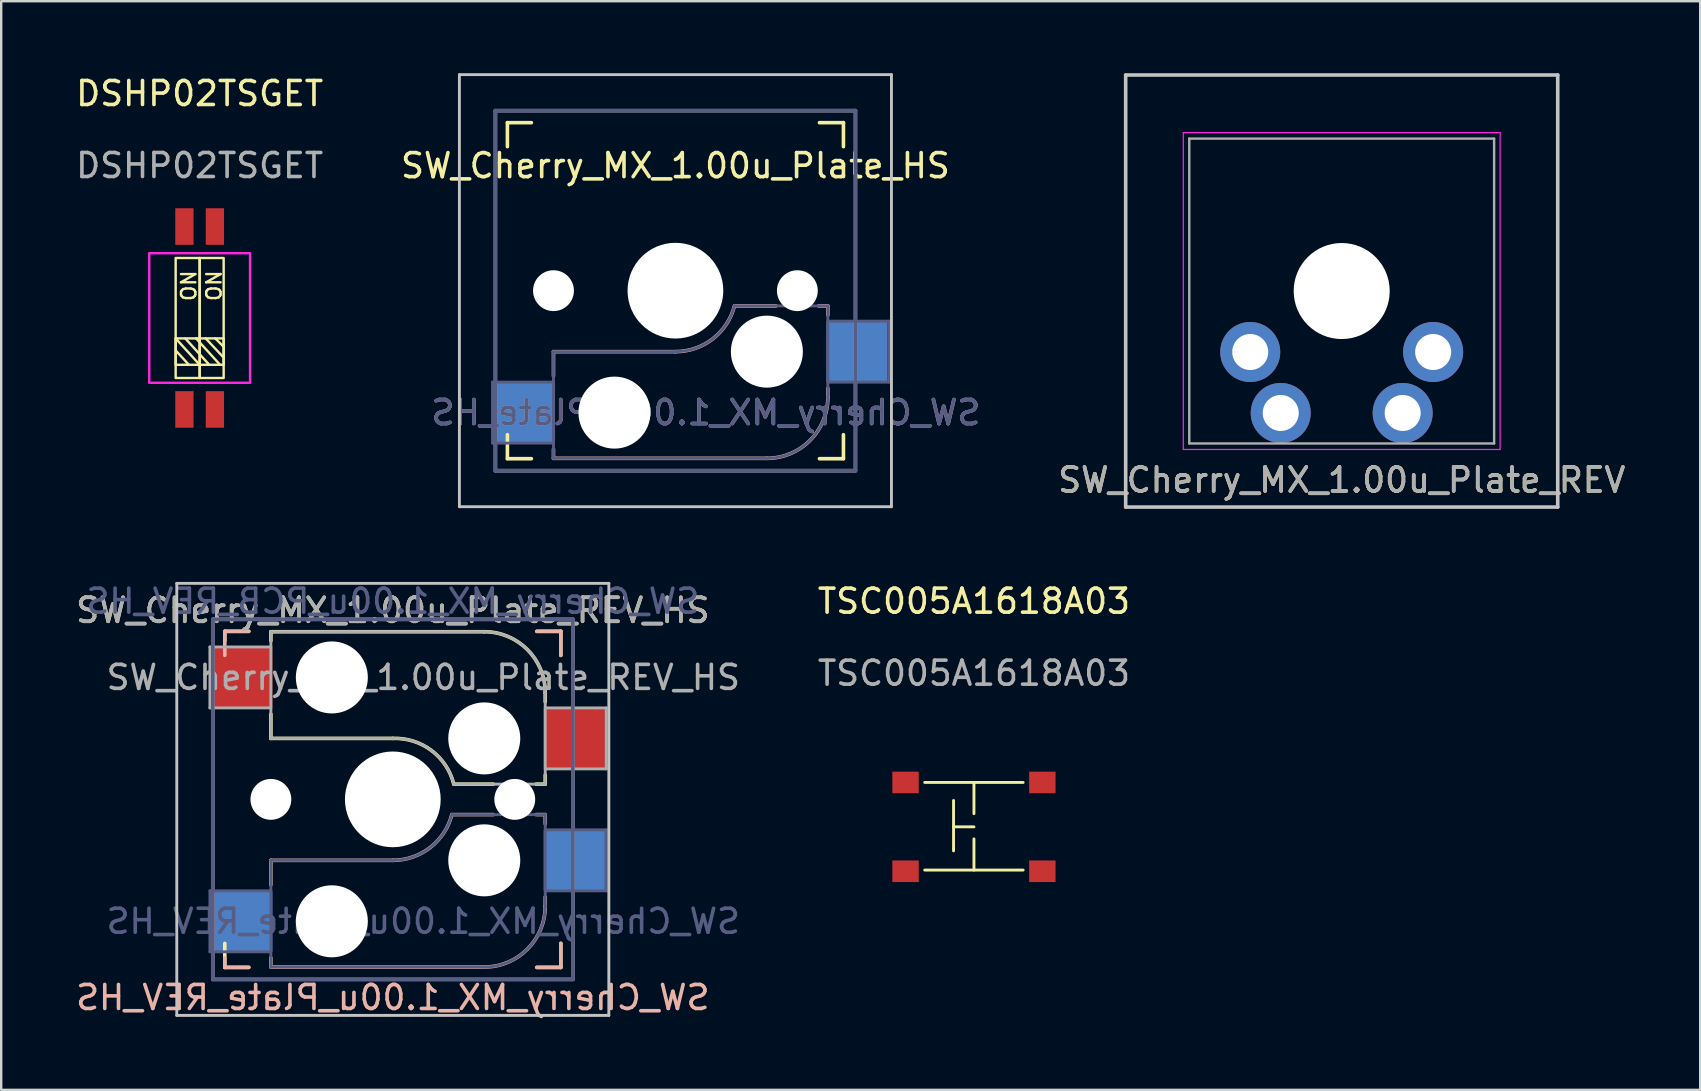
<source format=kicad_pcb>
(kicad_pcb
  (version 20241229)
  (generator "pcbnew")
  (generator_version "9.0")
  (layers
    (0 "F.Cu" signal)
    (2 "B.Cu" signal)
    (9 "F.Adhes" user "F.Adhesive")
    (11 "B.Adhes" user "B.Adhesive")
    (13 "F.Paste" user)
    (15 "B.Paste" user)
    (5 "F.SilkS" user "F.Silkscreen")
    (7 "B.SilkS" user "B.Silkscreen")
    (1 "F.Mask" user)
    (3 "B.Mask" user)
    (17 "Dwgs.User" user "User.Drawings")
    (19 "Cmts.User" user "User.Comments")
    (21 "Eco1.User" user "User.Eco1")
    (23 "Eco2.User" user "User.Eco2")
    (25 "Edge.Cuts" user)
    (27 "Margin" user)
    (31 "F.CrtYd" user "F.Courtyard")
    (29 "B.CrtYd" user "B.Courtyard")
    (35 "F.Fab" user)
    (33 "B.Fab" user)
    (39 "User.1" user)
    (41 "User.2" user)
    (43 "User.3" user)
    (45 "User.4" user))
  (footprint "DSHP02TSGET"
    (layer "F.Cu")
    (at 5.268 10.198)
    (property "Reference" "DSHP02TSGET" (at 0 -9.35 0) (unlocked yes) (layer "F.SilkS") (effects (font (size 1 1) (thickness 0.15))))
    (attr smd)
    (fp_line (start -1 0.85) (end 0 1.95) (stroke (width 0.1) (type default)) (layer "F.SilkS"))
    (fp_line (start -1 1.35) (end -0.45 1.95) (stroke (width 0.1) (type default)) (layer "F.SilkS"))
    (fp_line (start -0.6 0.85) (end 0.4 1.95) (stroke (width 0.1) (type default)) (layer "F.SilkS"))
    (fp_line (start -0.15 0.85) (end 0.85 1.95) (stroke (width 0.1) (type default)) (layer "F.SilkS"))
    (fp_line (start 0.25 0.85) (end 1 1.65) (stroke (width 0.1) (type default)) (layer "F.SilkS"))
    (fp_line (start 0.65 0.85) (end 1 1.2) (stroke (width 0.1) (type default)) (layer "F.SilkS"))
    (fp_rect (start -1 -2.5) (end 0 2.5) (stroke (width 0.1) (type default)) (fill no) (layer "F.SilkS"))
    (fp_rect (start -1 0.85) (end 1 1.95) (stroke (width 0.1) (type default)) (fill no) (layer "F.SilkS"))
    (fp_rect (start 0 -2.5) (end 1 2.5) (stroke (width 0.1) (type default)) (fill no) (layer "F.SilkS"))
    (fp_rect (start -2.1 -2.7) (end 2.1 2.7) (stroke (width 0.1) (type default)) (fill no) (layer "F.CrtYd"))
    (fp_text user "ON" (at -0.1 -0.65 90) (unlocked yes) (layer "F.SilkS") (effects (font (size 0.6 0.6) (thickness 0.1)) (justify left bottom)))
    (fp_text user "ON" (at 0.95 -0.65 90) (unlocked yes) (layer "F.SilkS") (effects (font (size 0.6 0.6) (thickness 0.1)) (justify left bottom)))
    (fp_text user "${REFERENCE}" (at 0 -6.35 0) (unlocked yes) (layer "F.Fab") (effects (font (size 1 1) (thickness 0.15))))
    (pad "1" smd rect (at -0.635 3.81 90) (size 1.524 0.762) (layers "F.Cu" "F.Mask" "F.Paste"))
    (pad "2" smd rect (at 0.635 3.81 90) (size 1.524 0.762) (layers "F.Cu" "F.Mask" "F.Paste"))
    (pad "3" smd rect (at 0.635 -3.81 90) (size 1.524 0.762) (layers "F.Cu" "F.Mask" "F.Paste"))
    (pad "4" smd rect (at -0.635 -3.81 90) (size 1.524 0.762) (layers "F.Cu" "F.Mask" "F.Paste")))
  (footprint "SW_Cherry_MX_1.00u_Plate_HS"
    (layer "F.Cu")
    (at 25.089 9.06)
    (property "Reference" "SW_Cherry_MX_1.00u_Plate_HS" (at 0 -5.207 0) (layer "F.SilkS") (effects (font (size 1 1) (thickness 0.15))))
    (attr through_hole)
    (fp_line (start -7 -7) (end -6 -7) (stroke (width 0.15) (type solid)) (layer "F.SilkS"))
    (fp_line (start -7 -6) (end -7 -7) (stroke (width 0.15) (type solid)) (layer "F.SilkS"))
    (fp_line (start -7 7) (end -7 6) (stroke (width 0.15) (type solid)) (layer "F.SilkS"))
    (fp_line (start -6 7) (end -7 7) (stroke (width 0.15) (type solid)) (layer "F.SilkS"))
    (fp_line (start 6 -7) (end 7 -7) (stroke (width 0.15) (type solid)) (layer "F.SilkS"))
    (fp_line (start 7 -7) (end 7 -6) (stroke (width 0.15) (type solid)) (layer "F.SilkS"))
    (fp_line (start 7 6) (end 7 7) (stroke (width 0.15) (type solid)) (layer "F.SilkS"))
    (fp_line (start 7 7) (end 6 7) (stroke (width 0.15) (type solid)) (layer "F.SilkS"))
    (fp_line (start -5.08 2.54) (end -5.08 3.556) (stroke (width 0.15) (type solid)) (layer "B.SilkS"))
    (fp_line (start -5.08 6.604) (end -5.08 6.985) (stroke (width 0.15) (type solid)) (layer "B.SilkS"))
    (fp_line (start -5.08 6.985) (end 3.81 6.985) (stroke (width 0.15) (type solid)) (layer "B.SilkS"))
    (fp_line (start 0 2.54) (end -5.08 2.54) (stroke (width 0.15) (type solid)) (layer "B.SilkS"))
    (fp_line (start 4.191 0.635) (end 2.54 0.635) (stroke (width 0.15) (type solid)) (layer "B.SilkS"))
    (fp_line (start 6.35 0.635) (end 5.969 0.635) (stroke (width 0.15) (type solid)) (layer "B.SilkS"))
    (fp_line (start 6.35 1.016) (end 6.35 0.635) (stroke (width 0.15) (type solid)) (layer "B.SilkS"))
    (fp_line (start 6.35 4.445) (end 6.35 4.064) (stroke (width 0.15) (type solid)) (layer "B.SilkS"))
    (fp_arc (start 2.461268 0.627503) (mid 1.558484 2.005674) (end 0 2.54) (stroke (width 0.15) (type solid)) (layer "B.SilkS"))
    (fp_arc (start 6.35 4.445) (mid 5.606051 6.241051) (end 3.81 6.985) (stroke (width 0.15) (type solid)) (layer "B.SilkS"))
    (fp_line (start -9 -9) (end -9 9) (stroke (width 0.12) (type solid)) (layer "Dwgs.User"))
    (fp_line (start -9 9) (end 9 9) (stroke (width 0.12) (type solid)) (layer "Dwgs.User"))
    (fp_line (start 9 -9) (end -9 -9) (stroke (width 0.12) (type solid)) (layer "Dwgs.User"))
    (fp_line (start 9 9) (end 9 -9) (stroke (width 0.12) (type solid)) (layer "Dwgs.User"))
    (fp_line (start -6.9 6.9) (end -6.9 -6.9) (stroke (width 0.15) (type solid)) (layer "Eco2.User"))
    (fp_line (start -6.9 6.9) (end 6.9 6.9) (stroke (width 0.15) (type solid)) (layer "Eco2.User"))
    (fp_line (start 6.9 -6.9) (end -6.9 -6.9) (stroke (width 0.15) (type solid)) (layer "Eco2.User"))
    (fp_line (start 6.9 -6.9) (end 6.9 6.9) (stroke (width 0.15) (type solid)) (layer "Eco2.User"))
    (fp_line (start -7.62 3.81) (end -7.62 6.35) (stroke (width 0.12) (type solid)) (layer "B.Fab"))
    (fp_line (start -7.62 6.35) (end -5.08 6.35) (stroke (width 0.12) (type solid)) (layer "B.Fab"))
    (fp_line (start -7.5 -7.5) (end 7.5 -7.5) (stroke (width 0.15) (type solid)) (layer "B.Fab"))
    (fp_line (start -7.5 7.5) (end -7.5 -7.5) (stroke (width 0.15) (type solid)) (layer "B.Fab"))
    (fp_line (start -5.08 2.54) (end -5.08 6.985) (stroke (width 0.12) (type solid)) (layer "B.Fab"))
    (fp_line (start -5.08 3.81) (end -7.62 3.81) (stroke (width 0.12) (type solid)) (layer "B.Fab"))
    (fp_line (start -5.08 6.985) (end 3.81 6.985) (stroke (width 0.12) (type solid)) (layer "B.Fab"))
    (fp_line (start 0 2.54) (end -5.08 2.54) (stroke (width 0.12) (type solid)) (layer "B.Fab"))
    (fp_line (start 6.35 0.635) (end 2.54 0.635) (stroke (width 0.12) (type solid)) (layer "B.Fab"))
    (fp_line (start 6.35 3.81) (end 8.89 3.81) (stroke (width 0.12) (type solid)) (layer "B.Fab"))
    (fp_line (start 6.35 4.445) (end 6.35 0.635) (stroke (width 0.12) (type solid)) (layer "B.Fab"))
    (fp_line (start 7.5 -7.5) (end 7.5 7.5) (stroke (width 0.15) (type solid)) (layer "B.Fab"))
    (fp_line (start 7.5 7.5) (end -7.5 7.5) (stroke (width 0.15) (type solid)) (layer "B.Fab"))
    (fp_line (start 8.89 1.27) (end 6.35 1.27) (stroke (width 0.12) (type solid)) (layer "B.Fab"))
    (fp_line (start 8.89 3.81) (end 8.89 1.27) (stroke (width 0.12) (type solid)) (layer "B.Fab"))
    (fp_arc (start 2.464162 0.61604) (mid 1.563147 2.002042) (end 0 2.54) (stroke (width 0.12) (type solid)) (layer "B.Fab"))
    (fp_arc (start 6.35 4.445) (mid 5.606051 6.241051) (end 3.81 6.985) (stroke (width 0.12) (type solid)) (layer "B.Fab"))
    (fp_line (start -7.5 -7.5) (end 7.5 -7.5) (stroke (width 0.15) (type solid)) (layer "F.Fab"))
    (fp_line (start -7.5 7.5) (end -7.5 -7.5) (stroke (width 0.15) (type solid)) (layer "F.Fab"))
    (fp_line (start 7.5 -7.5) (end 7.5 7.5) (stroke (width 0.15) (type solid)) (layer "F.Fab"))
    (fp_line (start 7.5 7.5) (end -7.5 7.5) (stroke (width 0.15) (type solid)) (layer "F.Fab"))
    (fp_text user "${REFERENCE}" (at 1.27 5.08 180) (layer "B.SilkS") (effects (font (size 1 1) (thickness 0.15)) (justify mirror)))
    (fp_text user "${REFERENCE}" (at 1.27 5.08 180) (layer "B.Fab") (effects (font (size 1 1) (thickness 0.15)) (justify mirror)))
    (pad "" np_thru_hole circle (at -5.08 0 180) (size 1.702 1.702) (drill 1.702) (layers "*.Cu" "*.Mask"))
    (pad "" np_thru_hole circle (at -2.54 5.08 180) (size 3 3) (drill 3) (layers "*.Cu" "*.Mask"))
    (pad "" np_thru_hole circle (at 0 0 180) (size 3.988 3.988) (drill 3.988) (layers "*.Cu" "*.Mask"))
    (pad "" np_thru_hole circle (at 3.81 2.54 180) (size 3 3) (drill 3) (layers "*.Cu" "*.Mask"))
    (pad "" np_thru_hole circle (at 5.08 0 180) (size 1.702 1.702) (drill 1.702) (layers "*.Cu" "*.Mask"))
    (pad "1" smd rect (at 7.56 2.54 180) (size 2.55 2.5) (layers "B.Cu" "B.Mask" "B.Paste"))
    (pad "2" smd rect (at -6.29 5.08 180) (size 2.55 2.5) (layers "B.Cu" "B.Mask" "B.Paste")))
  (footprint "TSC005A1618A03"
    (layer "F.Cu")
    (at 37.526 31.398)
    (property "Reference" "TSC005A1618A03" (at 0 -9.4 0) (unlocked yes) (layer "F.SilkS") (effects (font (size 1 1) (thickness 0.15))))
    (attr smd)
    (fp_line (start -2.05 -1.85) (end 2.05 -1.85) (stroke (width 0.12) (type solid)) (layer "F.SilkS"))
    (fp_line (start -2.05 1.8) (end 2.05 1.8) (stroke (width 0.12) (type solid)) (layer "F.SilkS"))
    (fp_line (start -0.85 -1.1) (end -0.85 1) (stroke (width 0.12) (type solid)) (layer "F.SilkS"))
    (fp_line (start -0.85 0) (end 0 0) (stroke (width 0.12) (type solid)) (layer "F.SilkS"))
    (fp_line (start 0 -0.55) (end 0 -1.85) (stroke (width 0.12) (type solid)) (layer "F.SilkS"))
    (fp_line (start 0 1.8) (end 0 0.5) (stroke (width 0.12) (type solid)) (layer "F.SilkS"))
    (fp_text user "${REFERENCE}" (at 0 -6.4 0) (unlocked yes) (layer "F.Fab") (effects (font (size 1 1) (thickness 0.15))))
    (pad "1" smd rect (at -2.85 -1.85) (size 1.1 0.9) (layers "F.Cu" "F.Mask" "F.Paste"))
    (pad "1" smd rect (at 2.85 -1.85) (size 1.1 0.9) (layers "F.Cu" "F.Mask" "F.Paste"))
    (pad "2" smd rect (at -2.85 1.85) (size 1.1 0.9) (layers "F.Cu" "F.Mask" "F.Paste"))
    (pad "2" smd rect (at 2.85 1.85) (size 1.1 0.9) (layers "F.Cu" "F.Mask" "F.Paste")))
  (footprint "SW_Cherry_MX_1.00u_Plate_REV"
    (layer "F.Cu")
    (at 52.847 9.075)
    (property "Reference" "SW_Cherry_MX_1.00u_Plate_REV" (at 0 7.874 180) (layer "F.SilkS") (effects (font (size 1 1) (thickness 0.15))))
    (attr through_hole)
    (fp_line (start -9 -9) (end 9 -9) (stroke (width 0.15) (type solid)) (layer "Dwgs.User"))
    (fp_line (start -9 9) (end -9 -9) (stroke (width 0.15) (type solid)) (layer "Dwgs.User"))
    (fp_line (start 9 -9) (end 9 9) (stroke (width 0.15) (type solid)) (layer "Dwgs.User"))
    (fp_line (start 9 9) (end -9 9) (stroke (width 0.15) (type solid)) (layer "Dwgs.User"))
    (fp_line (start -6.6 -6.6) (end 6.6 -6.6) (stroke (width 0.05) (type solid)) (layer "F.CrtYd"))
    (fp_line (start -6.6 6.6) (end -6.6 -6.6) (stroke (width 0.05) (type solid)) (layer "F.CrtYd"))
    (fp_line (start 6.6 -6.6) (end 6.6 6.6) (stroke (width 0.05) (type solid)) (layer "F.CrtYd"))
    (fp_line (start 6.6 6.6) (end -6.6 6.6) (stroke (width 0.05) (type solid)) (layer "F.CrtYd"))
    (fp_line (start -6.35 -6.35) (end 6.35 -6.35) (stroke (width 0.1) (type solid)) (layer "F.Fab"))
    (fp_line (start -6.35 6.35) (end -6.35 -6.35) (stroke (width 0.1) (type solid)) (layer "F.Fab"))
    (fp_line (start 6.35 -6.35) (end 6.35 6.35) (stroke (width 0.1) (type solid)) (layer "F.Fab"))
    (fp_line (start 6.35 6.35) (end -6.35 6.35) (stroke (width 0.1) (type solid)) (layer "F.Fab"))
    (fp_text user "${REFERENCE}" (at 0 7.874 180) (layer "F.Fab") (effects (font (size 1 1) (thickness 0.15))))
    (pad "" np_thru_hole circle (at 0 0 180) (size 4 4) (drill 4) (layers "*.Cu" "*.Mask"))
    (pad "1" thru_hole circle (at 2.54 5.08) (size 2.5 2.5) (drill 1.5) (layers "*.Cu" "*.Mask"))
    (pad "1" thru_hole circle (at 3.81 2.54) (size 2.5 2.5) (drill 1.5) (layers "*.Cu" "*.Mask"))
    (pad "2" thru_hole circle (at -3.81 2.54 180) (size 2.5 2.5) (drill 1.5) (layers "*.Cu" "*.Mask"))
    (pad "2" thru_hole circle (at -2.54 5.08 180) (size 2.5 2.5) (drill 1.5) (layers "*.Cu" "*.Mask")))
  (footprint "SW_Cherry_MX_1.00u_Plate_REV_HS"
    (layer "F.Cu")
    (at 13.315 30.253)
    (property "Reference" "SW_Cherry_MX_1.00u_Plate_REV_HS" (at 0 -7.874 0) (layer "F.SilkS") (effects (font (size 1 1) (thickness 0.15))))
    (property "Value" "SW_Cherry_MX_1.00u_PCB_REV_HS" (at 0 9.9 0) (layer "F.Fab") (hide yes) (effects (font (size 1 1) (thickness 0.15))))
    (attr through_hole)
    (fp_line (start -7 -7) (end -6 -7) (stroke (width 0.15) (type solid)) (layer "F.SilkS"))
    (fp_line (start -7 -6.604) (end -7 -7) (stroke (width 0.15) (type solid)) (layer "F.SilkS"))
    (fp_line (start -7 7) (end -7 6) (stroke (width 0.15) (type solid)) (layer "F.SilkS"))
    (fp_line (start -6 7) (end -7 7) (stroke (width 0.15) (type solid)) (layer "F.SilkS"))
    (fp_line (start -5.08 -6.985) (end 3.81 -6.985) (stroke (width 0.15) (type solid)) (layer "F.SilkS"))
    (fp_line (start -5.08 -6.604) (end -5.08 -6.985) (stroke (width 0.15) (type solid)) (layer "F.SilkS"))
    (fp_line (start -5.08 -2.54) (end -5.08 -3.556) (stroke (width 0.15) (type solid)) (layer "F.SilkS"))
    (fp_line (start 0 -2.54) (end -5.08 -2.54) (stroke (width 0.15) (type solid)) (layer "F.SilkS"))
    (fp_line (start 4.191 -0.635) (end 2.54 -0.635) (stroke (width 0.15) (type solid)) (layer "F.SilkS"))
    (fp_line (start 6 -7) (end 7 -7) (stroke (width 0.15) (type solid)) (layer "F.SilkS"))
    (fp_line (start 6.35 -4.445) (end 6.35 -4.064) (stroke (width 0.15) (type solid)) (layer "F.SilkS"))
    (fp_line (start 6.35 -1.016) (end 6.35 -0.635) (stroke (width 0.15) (type solid)) (layer "F.SilkS"))
    (fp_line (start 6.35 -0.635) (end 5.969 -0.635) (stroke (width 0.15) (type solid)) (layer "F.SilkS"))
    (fp_line (start 7 -7) (end 7 -6) (stroke (width 0.15) (type solid)) (layer "F.SilkS"))
    (fp_line (start 7 6) (end 7 7) (stroke (width 0.15) (type solid)) (layer "F.SilkS"))
    (fp_line (start 7 7) (end 6 7) (stroke (width 0.15) (type solid)) (layer "F.SilkS"))
    (fp_arc (start 0 -2.54) (mid 1.608176 -2.038401) (end 2.539999 -0.634999) (stroke (width 0.15) (type solid)) (layer "F.SilkS"))
    (fp_arc (start 3.81 -6.985) (mid 5.606051 -6.241051) (end 6.35 -4.445) (stroke (width 0.15) (type solid)) (layer "F.SilkS"))
    (fp_line (start -7 -7) (end -6 -7) (stroke (width 0.15) (type solid)) (layer "B.SilkS"))
    (fp_line (start -7 -6) (end -7 -7) (stroke (width 0.15) (type solid)) (layer "B.SilkS"))
    (fp_line (start -7 7) (end -7 6.604) (stroke (width 0.15) (type solid)) (layer "B.SilkS"))
    (fp_line (start -6 7) (end -7 7) (stroke (width 0.15) (type solid)) (layer "B.SilkS"))
    (fp_line (start -5.08 2.54) (end -5.08 3.556) (stroke (width 0.15) (type solid)) (layer "B.SilkS"))
    (fp_line (start -5.08 6.604) (end -5.08 6.985) (stroke (width 0.15) (type solid)) (layer "B.SilkS"))
    (fp_line (start -5.08 6.985) (end 3.81 6.985) (stroke (width 0.15) (type solid)) (layer "B.SilkS"))
    (fp_line (start 0 2.54) (end -5.08 2.54) (stroke (width 0.15) (type solid)) (layer "B.SilkS"))
    (fp_line (start 4.191 0.635) (end 2.54 0.635) (stroke (width 0.15) (type solid)) (layer "B.SilkS"))
    (fp_line (start 6 -7) (end 7 -7) (stroke (width 0.15) (type solid)) (layer "B.SilkS"))
    (fp_line (start 6.35 0.635) (end 5.969 0.635) (stroke (width 0.15) (type solid)) (layer "B.SilkS"))
    (fp_line (start 6.35 1.016) (end 6.35 0.635) (stroke (width 0.15) (type solid)) (layer "B.SilkS"))
    (fp_line (start 6.35 4.445) (end 6.35 4.064) (stroke (width 0.15) (type solid)) (layer "B.SilkS"))
    (fp_line (start 7 -7) (end 7 -6) (stroke (width 0.15) (type solid)) (layer "B.SilkS"))
    (fp_line (start 7 6) (end 7 7) (stroke (width 0.15) (type solid)) (layer "B.SilkS"))
    (fp_line (start 7 7) (end 6 7) (stroke (width 0.15) (type solid)) (layer "B.SilkS"))
    (fp_arc (start 2.461268 0.627503) (mid 1.558484 2.005674) (end 0 2.54) (stroke (width 0.15) (type solid)) (layer "B.SilkS"))
    (fp_arc (start 6.35 4.445) (mid 5.606051 6.241051) (end 3.81 6.985) (stroke (width 0.15) (type solid)) (layer "B.SilkS"))
    (fp_line (start -9 -9) (end -9 9) (stroke (width 0.12) (type solid)) (layer "Dwgs.User"))
    (fp_line (start -9 9) (end 9 9) (stroke (width 0.12) (type solid)) (layer "Dwgs.User"))
    (fp_line (start 9 -9) (end -9 -9) (stroke (width 0.12) (type solid)) (layer "Dwgs.User"))
    (fp_line (start 9 9) (end 9 -9) (stroke (width 0.12) (type solid)) (layer "Dwgs.User"))
    (fp_line (start -6.9 6.9) (end -6.9 -6.9) (stroke (width 0.15) (type solid)) (layer "Eco2.User"))
    (fp_line (start -6.9 6.9) (end 6.9 6.9) (stroke (width 0.15) (type solid)) (layer "Eco2.User"))
    (fp_line (start 6.9 -6.9) (end -6.9 -6.9) (stroke (width 0.15) (type solid)) (layer "Eco2.User"))
    (fp_line (start 6.9 -6.9) (end 6.9 6.9) (stroke (width 0.15) (type solid)) (layer "Eco2.User"))
    (fp_line (start -7.62 3.81) (end -7.62 6.35) (stroke (width 0.12) (type solid)) (layer "B.Fab"))
    (fp_line (start -7.62 6.35) (end -5.08 6.35) (stroke (width 0.12) (type solid)) (layer "B.Fab"))
    (fp_line (start -7.5 -7.5) (end 7.5 -7.5) (stroke (width 0.15) (type solid)) (layer "B.Fab"))
    (fp_line (start -7.5 7.5) (end -7.5 -7.5) (stroke (width 0.15) (type solid)) (layer "B.Fab"))
    (fp_line (start -5.08 2.54) (end -5.08 6.985) (stroke (width 0.12) (type solid)) (layer "B.Fab"))
    (fp_line (start -5.08 3.81) (end -7.62 3.81) (stroke (width 0.12) (type solid)) (layer "B.Fab"))
    (fp_line (start -5.08 6.985) (end 3.81 6.985) (stroke (width 0.12) (type solid)) (layer "B.Fab"))
    (fp_line (start 0 2.54) (end -5.08 2.54) (stroke (width 0.12) (type solid)) (layer "B.Fab"))
    (fp_line (start 6.35 0.635) (end 2.54 0.635) (stroke (width 0.12) (type solid)) (layer "B.Fab"))
    (fp_line (start 6.35 3.81) (end 8.89 3.81) (stroke (width 0.12) (type solid)) (layer "B.Fab"))
    (fp_line (start 6.35 4.445) (end 6.35 0.635) (stroke (width 0.12) (type solid)) (layer "B.Fab"))
    (fp_line (start 7.5 -7.5) (end 7.5 7.5) (stroke (width 0.15) (type solid)) (layer "B.Fab"))
    (fp_line (start 7.5 7.5) (end -7.5 7.5) (stroke (width 0.15) (type solid)) (layer "B.Fab"))
    (fp_line (start 8.89 1.27) (end 6.35 1.27) (stroke (width 0.12) (type solid)) (layer "B.Fab"))
    (fp_line (start 8.89 3.81) (end 8.89 1.27) (stroke (width 0.12) (type solid)) (layer "B.Fab"))
    (fp_arc (start 2.464162 0.61604) (mid 1.563147 2.002042) (end 0 2.54) (stroke (width 0.12) (type solid)) (layer "B.Fab"))
    (fp_arc (start 6.35 4.445) (mid 5.606051 6.241051) (end 3.81 6.985) (stroke (width 0.12) (type solid)) (layer "B.Fab"))
    (fp_line (start -7.62 -6.35) (end -7.62 -3.81) (stroke (width 0.12) (type solid)) (layer "F.Fab"))
    (fp_line (start -7.62 -3.81) (end -5.08 -3.81) (stroke (width 0.12) (type solid)) (layer "F.Fab"))
    (fp_line (start -7.5 -7.5) (end 7.5 -7.5) (stroke (width 0.15) (type solid)) (layer "F.Fab"))
    (fp_line (start -7.5 7.5) (end -7.5 -7.5) (stroke (width 0.15) (type solid)) (layer "F.Fab"))
    (fp_line (start -5.08 -6.985) (end -5.08 -2.54) (stroke (width 0.12) (type solid)) (layer "F.Fab"))
    (fp_line (start -5.08 -6.35) (end -7.62 -6.35) (stroke (width 0.12) (type solid)) (layer "F.Fab"))
    (fp_line (start -5.08 -2.54) (end 0 -2.54) (stroke (width 0.12) (type solid)) (layer "F.Fab"))
    (fp_line (start 2.54 -0.635) (end 6.35 -0.635) (stroke (width 0.12) (type solid)) (layer "F.Fab"))
    (fp_line (start 3.81 -6.985) (end -5.08 -6.985) (stroke (width 0.12) (type solid)) (layer "F.Fab"))
    (fp_line (start 6.35 -1.27) (end 8.89 -1.27) (stroke (width 0.12) (type solid)) (layer "F.Fab"))
    (fp_line (start 6.35 -0.635) (end 6.35 -4.445) (stroke (width 0.12) (type solid)) (layer "F.Fab"))
    (fp_line (start 7.5 -7.5) (end 7.5 7.5) (stroke (width 0.15) (type solid)) (layer "F.Fab"))
    (fp_line (start 7.5 7.5) (end -7.5 7.5) (stroke (width 0.15) (type solid)) (layer "F.Fab"))
    (fp_line (start 8.89 -3.81) (end 6.35 -3.81) (stroke (width 0.12) (type solid)) (layer "F.Fab"))
    (fp_line (start 8.89 -1.27) (end 8.89 -3.81) (stroke (width 0.12) (type solid)) (layer "F.Fab"))
    (fp_arc (start 0 -2.54) (mid 1.608176 -2.038401) (end 2.539999 -0.634999) (stroke (width 0.12) (type solid)) (layer "F.Fab"))
    (fp_arc (start 3.81 -6.985) (mid 5.606051 -6.241051) (end 6.35 -4.445) (stroke (width 0.12) (type solid)) (layer "F.Fab"))
    (fp_text user "${REFERENCE}" (at 0 8.255 180) (layer "B.SilkS") (effects (font (size 1 1) (thickness 0.15)) (justify mirror)))
    (fp_text user "${VALUE}" (at 0 -8.255 180) (layer "B.Fab") (effects (font (size 1 1) (thickness 0.15)) (justify mirror)))
    (fp_text user "${REFERENCE}" (at 1.27 5.08 180) (layer "B.Fab") (effects (font (size 1 1) (thickness 0.15)) (justify mirror)))
    (fp_text user "${REFERENCE}" (at 0 -7.874 0) (layer "F.Fab") (effects (font (size 1 1) (thickness 0.15))))
    (fp_text user "${REFERENCE}" (at 1.27 -5.08 180) (layer "F.Fab") (effects (font (size 1 1) (thickness 0.15))))
    (pad "" np_thru_hole circle (at -5.08 0 180) (size 1.702 1.702) (drill 1.702) (layers "*.Cu" "*.Mask"))
    (pad "" np_thru_hole circle (at -2.54 -5.08 180) (size 3 3) (drill 3) (layers "*.Cu" "*.Mask"))
    (pad "" np_thru_hole circle (at -2.54 5.08 180) (size 3 3) (drill 3) (layers "*.Cu" "*.Mask"))
    (pad "" np_thru_hole circle (at 0 0 180) (size 3.988 3.988) (drill 3.988) (layers "*.Cu" "*.Mask"))
    (pad "" np_thru_hole circle (at 3.81 -2.54 180) (size 3 3) (drill 3) (layers "*.Cu" "*.Mask"))
    (pad "" np_thru_hole circle (at 3.81 2.54 180) (size 3 3) (drill 3) (layers "*.Cu" "*.Mask"))
    (pad "" np_thru_hole circle (at 5.08 0 180) (size 1.702 1.702) (drill 1.702) (layers "*.Cu" "*.Mask"))
    (pad "1" smd rect (at 7.56 -2.54 180) (size 2.55 2.5) (layers "F.Cu" "F.Mask" "F.Paste"))
    (pad "1" smd rect (at 7.56 2.54 180) (size 2.55 2.5) (layers "B.Cu" "B.Mask" "B.Paste"))
    (pad "2" smd rect (at -6.29 -5.08 180) (size 2.55 2.5) (layers "F.Cu" "F.Mask" "F.Paste"))
    (pad "2" smd rect (at -6.29 5.08 180) (size 2.55 2.5) (layers "B.Cu" "B.Mask" "B.Paste")))
  (gr_rect
    (start -3 -3)
    (end 67.782 42.356)
    (stroke (width 0.1) (type default))
    (fill no)
    (layer "Edge.Cuts")))
</source>
